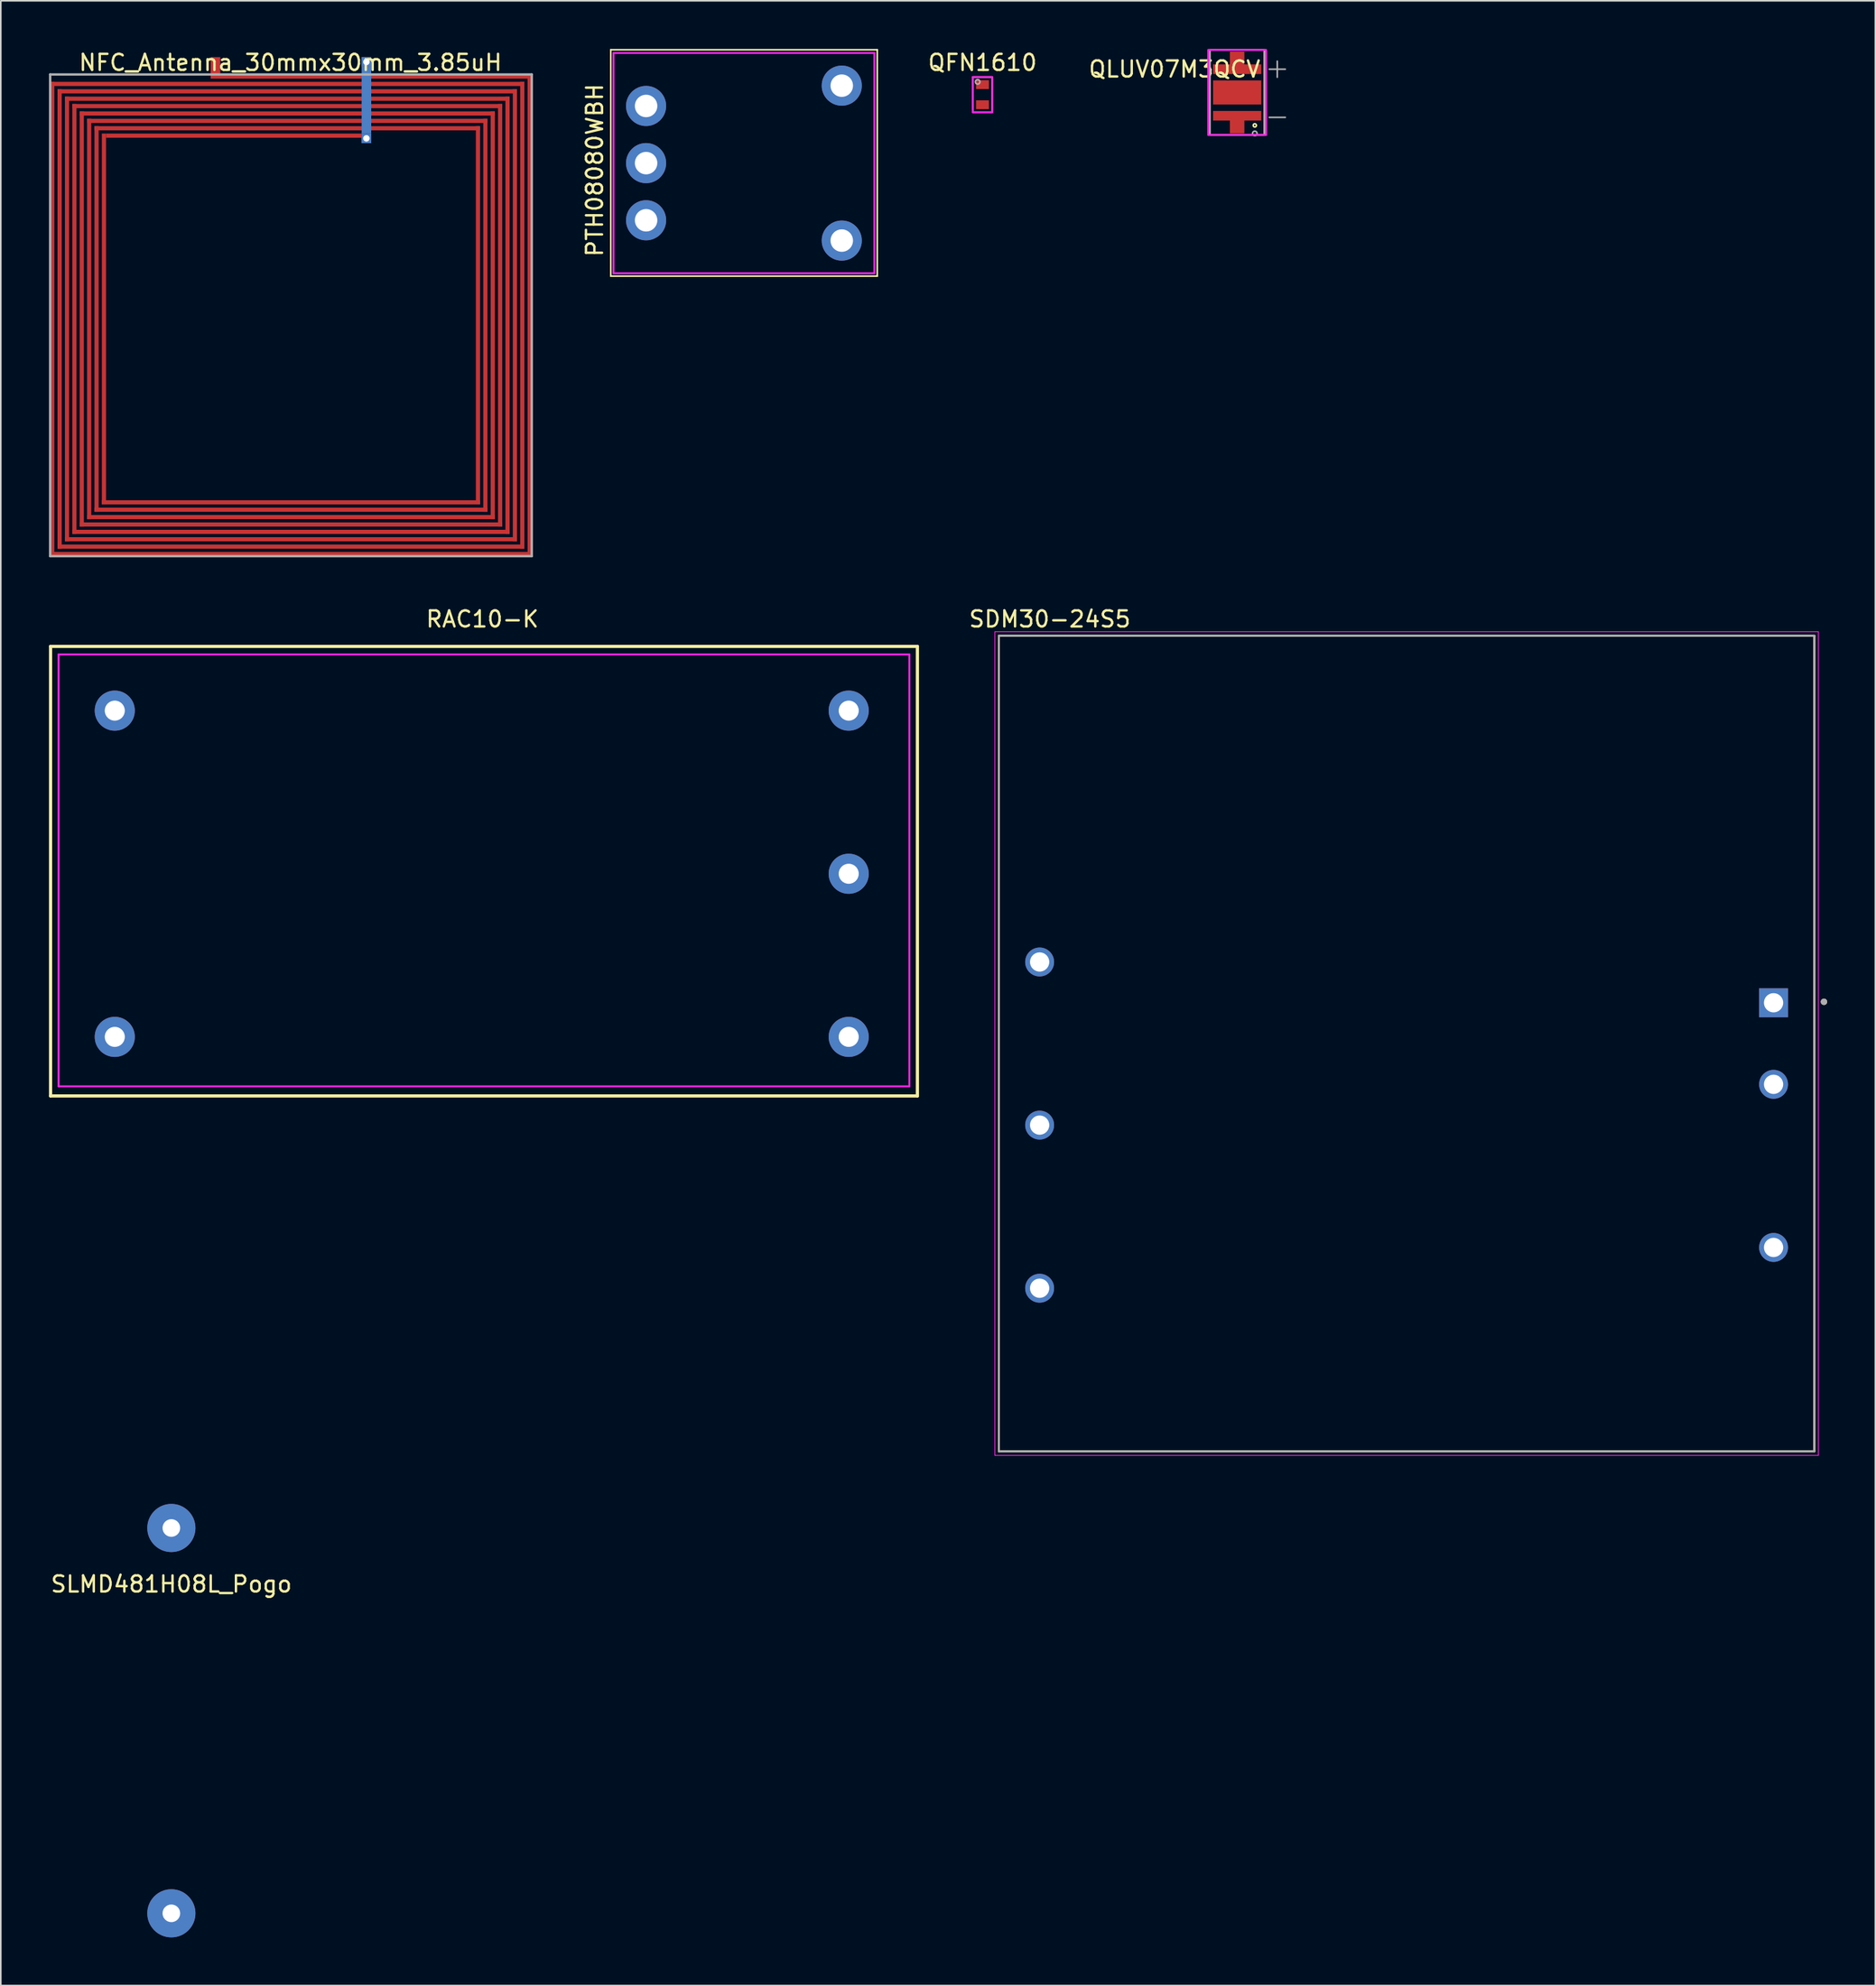
<source format=kicad_pcb>
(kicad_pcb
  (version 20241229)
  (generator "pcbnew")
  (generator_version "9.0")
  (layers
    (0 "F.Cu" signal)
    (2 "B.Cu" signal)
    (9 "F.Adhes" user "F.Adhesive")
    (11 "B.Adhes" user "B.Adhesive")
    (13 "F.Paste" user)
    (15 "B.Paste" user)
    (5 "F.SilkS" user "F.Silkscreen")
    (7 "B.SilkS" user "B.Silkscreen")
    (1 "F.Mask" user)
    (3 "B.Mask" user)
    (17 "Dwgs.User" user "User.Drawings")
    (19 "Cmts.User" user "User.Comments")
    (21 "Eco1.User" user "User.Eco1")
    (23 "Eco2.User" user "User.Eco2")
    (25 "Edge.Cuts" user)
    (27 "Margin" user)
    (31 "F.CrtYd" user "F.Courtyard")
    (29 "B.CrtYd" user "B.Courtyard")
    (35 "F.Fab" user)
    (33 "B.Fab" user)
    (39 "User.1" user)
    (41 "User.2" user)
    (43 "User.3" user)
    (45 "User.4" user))
  (footprint "RAC10-K"
    (layer "F.Cu")
    (at 4.1 41.212)
    (property "Reference" "RAC10-K" (at 22.9 -5.7 0) (layer "F.SilkS") (effects (font (size 1 1) (thickness 0.15))))
    (attr through_hole)
    (fp_line (start -4 -4) (end 50 -4) (stroke (width 0.2) (type solid)) (layer "F.SilkS"))
    (fp_line (start -4 24) (end -4 -4) (stroke (width 0.2) (type solid)) (layer "F.SilkS"))
    (fp_line (start 50 -4) (end 50 24) (stroke (width 0.2) (type solid)) (layer "F.SilkS"))
    (fp_line (start 50 24) (end -4 24) (stroke (width 0.2) (type solid)) (layer "F.SilkS"))
    (fp_line (start -3.5 -3.5) (end 49.5 -3.5) (stroke (width 0.12) (type solid)) (layer "F.CrtYd"))
    (fp_line (start -3.5 23.4) (end -3.5 -3.5) (stroke (width 0.12) (type solid)) (layer "F.CrtYd"))
    (fp_line (start 49.5 -3.5) (end 49.5 23.4) (stroke (width 0.12) (type solid)) (layer "F.CrtYd"))
    (fp_line (start 49.5 23.4) (end -3.5 23.4) (stroke (width 0.12) (type solid)) (layer "F.CrtYd"))
    (pad "1" thru_hole circle (at 0 0) (size 2.5 2.5) (drill 1.25) (layers "*.Cu" "*.Mask"))
    (pad "2" thru_hole circle (at 0 20.32) (size 2.5 2.5) (drill 1.25) (layers "*.Cu" "*.Mask"))
    (pad "3" thru_hole circle (at 45.72 20.32) (size 2.5 2.5) (drill 1.25) (layers "*.Cu" "*.Mask"))
    (pad "4" thru_hole circle (at 45.72 10.16) (size 2.5 2.5) (drill 1.25) (layers "*.Cu" "*.Mask"))
    (pad "5" thru_hole circle (at 45.72 0) (size 2.5 2.5) (drill 1.25) (layers "*.Cu" "*.Mask")))
  (footprint "QLUV07M3QCV"
    (layer "F.Cu")
    (at 74.018 1.26)
    (property "Reference" "QLUV07M3QCV" (at -3.9 0 0) (unlocked yes) (layer "F.SilkS") (effects (font (size 1 1) (thickness 0.15))))
    (attr smd)
    (fp_rect (start -1.7 -1.2) (end 1.7 4.1) (stroke (width 0.1) (type solid)) (fill no) (layer "F.SilkS"))
    (fp_circle (center 1.1 3.5) (end 1.1 3.6) (stroke (width 0.1) (type solid)) (fill no) (layer "F.SilkS"))
    (fp_rect (start -1.8 -1.2) (end 1.8 4.1) (stroke (width 0.12) (type solid)) (fill no) (layer "F.CrtYd"))
    (fp_line (start 2 0) (end 3 0) (stroke (width 0.1) (type solid)) (layer "F.Fab"))
    (fp_line (start 2 3) (end 3 3) (stroke (width 0.1) (type solid)) (layer "F.Fab"))
    (fp_line (start 2.5 -0.5) (end 2.5 0.5) (stroke (width 0.1) (type solid)) (layer "F.Fab"))
    (fp_rect (start -1.7 -1.2) (end 1.7 4.1) (stroke (width 0.1) (type solid)) (fill no) (layer "F.Fab"))
    (fp_circle (center 1.1 4) (end 1.2 4.1) (stroke (width 0.1) (type solid)) (fill no) (layer "F.Fab"))
    (pad "1" smd custom (at 0 2.9 180) (size 0.6 0.6) (layers "F.Cu" "F.Mask" "F.Paste") (options (anchor rect)) (primitives (gr_rect (start -0.45 -1.1) (end 0.45 0) (width 0) (fill yes)) (gr_rect (start -1.5 -0.3) (end 1.5 0.3) (width 0) (fill yes))))
    (pad "2" smd custom (at 0 0) (size 0.6 0.6) (layers "F.Cu" "F.Mask" "F.Paste") (options (anchor rect)) (primitives (gr_rect (start -0.45 -1.1) (end 0.45 0) (width 0) (fill yes)) (gr_rect (start -1.5 -0.3) (end 1.5 0.3) (width 0) (fill yes))))
    (pad "3" smd rect (at 0 1.45 180) (size 3 1.5) (layers "F.Cu" "F.Mask" "F.Paste")))
  (footprint "QFN1610"
    (layer "F.Cu")
    (at 58.154 2.848)
    (property "Reference" "QFN1610" (at 0 -2 0) (unlocked yes) (layer "F.SilkS") (effects (font (size 1 1) (thickness 0.15))))
    (attr smd)
    (fp_line (start -0.6 -1.1) (end 0.6 -1.1) (stroke (width 0.1) (type solid)) (layer "F.SilkS"))
    (fp_line (start -0.6 0.9) (end -0.6 -1.1) (stroke (width 0.1) (type solid)) (layer "F.SilkS"))
    (fp_line (start 0.6 -1.1) (end 0.6 0.9) (stroke (width 0.1) (type solid)) (layer "F.SilkS"))
    (fp_rect (start -0.6 -1.1) (end 0.6 1.1) (stroke (width 0.12) (type solid)) (fill no) (layer "F.CrtYd"))
    (fp_rect (start -0.6 -1.1) (end 0.6 1.1) (stroke (width 0.1) (type solid)) (fill no) (layer "F.Fab"))
    (fp_circle (center -0.3 -0.8) (end -0.2 -0.7) (stroke (width 0.1) (type solid)) (fill no) (layer "F.Fab"))
    (pad "1" smd rect (at 0 -0.625) (size 0.8 0.55) (layers "F.Cu" "F.Mask" "F.Paste"))
    (pad "2" smd rect (at 0 0.625) (size 0.8 0.55) (layers "F.Cu" "F.Mask" "F.Paste")))
  (footprint "SDM30-24S5"
    (layer "F.Cu")
    (at 84.574 61.947)
    (property "Reference" "SDM30-24S5" (at -22.225 -26.435 0) (layer "F.SilkS") (effects (font (size 1 1) (thickness 0.15))))
    (attr through_hole)
    (fp_line (start -25.4 -25.4) (end 25.4 -25.4) (stroke (width 0.127) (type solid)) (layer "F.SilkS"))
    (fp_line (start -25.4 25.4) (end -25.4 -25.4) (stroke (width 0.127) (type solid)) (layer "F.SilkS"))
    (fp_line (start 25.4 -25.4) (end 25.4 25.4) (stroke (width 0.127) (type solid)) (layer "F.SilkS"))
    (fp_line (start 25.4 25.4) (end -25.4 25.4) (stroke (width 0.127) (type solid)) (layer "F.SilkS"))
    (fp_circle (center 26 -2.6) (end 26.1 -2.6) (stroke (width 0.2) (type solid)) (fill no) (layer "F.SilkS"))
    (fp_line (start -25.65 -25.65) (end 25.65 -25.65) (stroke (width 0.05) (type solid)) (layer "F.CrtYd"))
    (fp_line (start -25.65 25.65) (end -25.65 -25.65) (stroke (width 0.05) (type solid)) (layer "F.CrtYd"))
    (fp_line (start 25.65 -25.65) (end 25.65 25.65) (stroke (width 0.05) (type solid)) (layer "F.CrtYd"))
    (fp_line (start 25.65 25.65) (end -25.65 25.65) (stroke (width 0.05) (type solid)) (layer "F.CrtYd"))
    (fp_line (start -25.4 -25.4) (end 25.4 -25.4) (stroke (width 0.127) (type solid)) (layer "F.Fab"))
    (fp_line (start -25.4 25.4) (end -25.4 -25.4) (stroke (width 0.127) (type solid)) (layer "F.Fab"))
    (fp_line (start 25.4 -25.4) (end 25.4 25.4) (stroke (width 0.127) (type solid)) (layer "F.Fab"))
    (fp_line (start 25.4 25.4) (end -25.4 25.4) (stroke (width 0.127) (type solid)) (layer "F.Fab"))
    (fp_circle (center 26 -2.6) (end 26.1 -2.6) (stroke (width 0.2) (type solid)) (fill no) (layer "F.Fab"))
    (pad "1" thru_hole rect (at 22.86 -2.54) (size 1.8 1.8) (drill 1.2) (layers "*.Cu" "*.Mask"))
    (pad "2" thru_hole circle (at 22.86 2.54) (size 1.8 1.8) (drill 1.2) (layers "*.Cu" "*.Mask"))
    (pad "4" thru_hole circle (at 22.86 12.7) (size 1.8 1.8) (drill 1.2) (layers "*.Cu" "*.Mask"))
    (pad "6" thru_hole circle (at -22.86 -5.08) (size 1.8 1.8) (drill 1.2) (layers "*.Cu" "*.Mask"))
    (pad "7" thru_hole circle (at -22.86 5.08) (size 1.8 1.8) (drill 1.2) (layers "*.Cu" "*.Mask"))
    (pad "8" thru_hole circle (at -22.86 15.24) (size 1.8 1.8) (drill 1.2) (layers "*.Cu" "*.Mask")))
  (footprint "NFC_Antenna_30mmx30mm_3.85uH"
    (layer "F.Cu")
    (at 15.075 16.588)
    (property "Reference" "NFC_Antenna_30mmx30mm_3.85uH" (at -0.03 -15.74 0) (layer "F.SilkS") (effects (font (size 1 1) (thickness 0.15))))
    (attr through_hole)
    (fp_line (start -15 -15) (end 15 -15) (stroke (width 0.15) (type solid)) (layer "F.Fab"))
    (fp_line (start -15 15) (end -15 -15) (stroke (width 0.15) (type solid)) (layer "F.Fab"))
    (fp_line (start 15 -15) (end 15 15) (stroke (width 0.15) (type solid)) (layer "F.Fab"))
    (fp_line (start 15 15) (end -15 15) (stroke (width 0.15) (type solid)) (layer "F.Fab"))
    (pad "" smd rect (at -14.87 0.23 90) (size 29.54 0.26) (layers "F.Cu"))
    (pad "" smd rect (at -14.41 0.23 90) (size 28.62 0.26) (layers "F.Cu"))
    (pad "" smd rect (at -13.95 0.23 90) (size 27.7 0.26) (layers "F.Cu"))
    (pad "" smd rect (at -13.49 0.23 90) (size 26.78 0.26) (layers "F.Cu"))
    (pad "" smd rect (at -13.03 0.23 90) (size 25.86 0.26) (layers "F.Cu"))
    (pad "" smd rect (at -12.57 0.23 90) (size 24.94 0.26) (layers "F.Cu"))
    (pad "" smd rect (at -12.11 0.23 90) (size 24.02 0.26) (layers "F.Cu"))
    (pad "" smd rect (at -11.65 0.23 90) (size 23.1 0.26) (layers "F.Cu"))
    (pad "" smd rect (at -3.56 -11.19) (size 15.92 0.26) (layers "F.Cu"))
    (pad "" smd rect (at -0.23 -14.41 180) (size 29.54 0.26) (layers "F.Cu"))
    (pad "" smd rect (at -0.23 -13.95 180) (size 28.62 0.26) (layers "F.Cu"))
    (pad "" smd rect (at -0.23 -13.49 180) (size 27.7 0.26) (layers "F.Cu"))
    (pad "" smd rect (at -0.23 -13.03 180) (size 26.78 0.26) (layers "F.Cu"))
    (pad "" smd rect (at -0.23 -12.57 180) (size 25.86 0.26) (layers "F.Cu"))
    (pad "" smd rect (at -0.23 -12.11 180) (size 24.94 0.26) (layers "F.Cu"))
    (pad "" smd rect (at -0.23 -11.65 180) (size 24.02 0.26) (layers "F.Cu"))
    (pad "" smd rect (at 0 11.65) (size 23.56 0.26) (layers "F.Cu"))
    (pad "" smd rect (at 0 12.11) (size 24.48 0.26) (layers "F.Cu"))
    (pad "" smd rect (at 0 12.57) (size 25.4 0.26) (layers "F.Cu"))
    (pad "" smd rect (at 0 13.03) (size 26.32 0.26) (layers "F.Cu"))
    (pad "" smd rect (at 0 13.49) (size 27.24 0.26) (layers "F.Cu"))
    (pad "" smd rect (at 0 13.95) (size 28.16 0.26) (layers "F.Cu"))
    (pad "" smd rect (at 0 14.41) (size 29.08 0.26) (layers "F.Cu"))
    (pad "" smd rect (at 0 14.87) (size 30 0.26) (layers "F.Cu"))
    (pad "" smd rect (at 4.7 -13.4 90) (size 4.16 0.6) (layers "B.Cu"))
    (pad "" thru_hole rect (at 4.7 -11.02 90) (size 0.6 0.6) (drill 0.4) (layers "*.Cu"))
    (pad "" smd rect (at 5 -14.87) (size 20 0.26) (layers "F.Cu"))
    (pad "" smd rect (at 11.65 0 270) (size 23.56 0.26) (layers "F.Cu"))
    (pad "" smd rect (at 12.11 0 270) (size 24.48 0.26) (layers "F.Cu"))
    (pad "" smd rect (at 12.57 0 270) (size 25.4 0.26) (layers "F.Cu"))
    (pad "" smd rect (at 13.03 0 270) (size 26.32 0.26) (layers "F.Cu"))
    (pad "" smd rect (at 13.49 0 270) (size 27.24 0.26) (layers "F.Cu"))
    (pad "" smd rect (at 13.95 0 270) (size 28.16 0.26) (layers "F.Cu"))
    (pad "" smd rect (at 14.41 0 270) (size 29.08 0.26) (layers "F.Cu"))
    (pad "" smd rect (at 14.87 0 90) (size 30 0.26) (layers "F.Cu"))
    (pad "1" smd rect (at -4.7 -15.54 90) (size 1.08 0.6) (layers "F.Cu"))
    (pad "2" thru_hole rect (at 4.7 -15.78 90) (size 0.6 0.6) (drill 0.4) (layers "*.Cu")))
  (footprint "SLMD481H08L_Pogo"
    (layer "F.Cu")
    (at 7.625 92.121)
    (property "Reference" "SLMD481H08L_Pogo" (at 0 3.5 0) (layer "F.SilkS") (effects (font (size 1 1) (thickness 0.15))))
    (attr through_hole)
    (pad "1" thru_hole circle (at 0 0) (size 3 3) (drill 1.1) (layers "*.Cu" "*.Mask" "F.Paste"))
    (pad "2" thru_hole circle (at 0 24) (size 3 3) (drill 1.1) (layers "*.Cu" "*.Mask" "F.Paste")))
  (footprint "PTH08080WBH"
    (layer "F.Cu")
    (at 37.198 3.55)
    (property "Reference" "PTH08080WBH" (at -3.2 4 90) (layer "F.SilkS") (effects (font (size 1 1) (thickness 0.15))))
    (attr through_hole)
    (fp_line (start -2.2 -3.5) (end 14.4 -3.5) (stroke (width 0.1) (type solid)) (layer "F.SilkS"))
    (fp_line (start -2.2 10.6) (end -2.2 -3.5) (stroke (width 0.1) (type solid)) (layer "F.SilkS"))
    (fp_line (start 14.4 -3.5) (end 14.4 10.6) (stroke (width 0.1) (type solid)) (layer "F.SilkS"))
    (fp_line (start 14.4 10.6) (end -2.2 10.6) (stroke (width 0.1) (type solid)) (layer "F.SilkS"))
    (fp_line (start -2.03 -3.3) (end 14.22 -3.3) (stroke (width 0.12) (type solid)) (layer "F.CrtYd"))
    (fp_line (start -2.03 10.42) (end -2.03 -3.3) (stroke (width 0.12) (type solid)) (layer "F.CrtYd"))
    (fp_line (start 14.22 -3.3) (end 14.22 10.42) (stroke (width 0.12) (type solid)) (layer "F.CrtYd"))
    (fp_line (start 14.22 10.42) (end -2.03 10.42) (stroke (width 0.12) (type solid)) (layer "F.CrtYd"))
    (pad "1" thru_hole circle (at 0 0) (size 2.5 2.5) (drill 1.4) (layers "*.Cu" "*.Mask"))
    (pad "2" thru_hole circle (at 0 3.56) (size 2.5 2.5) (drill 1.4) (layers "*.Cu" "*.Mask"))
    (pad "3" thru_hole circle (at 0 7.12) (size 2.5 2.5) (drill 1.4) (layers "*.Cu" "*.Mask"))
    (pad "4" thru_hole circle (at 12.19 8.385) (size 2.5 2.5) (drill 1.4) (layers "*.Cu" "*.Mask"))
    (pad "5" thru_hole circle (at 12.19 -1.265) (size 2.5 2.5) (drill 1.4) (layers "*.Cu" "*.Mask")))
  (gr_rect
    (start -3 -3)
    (end 113.774 120.621)
    (stroke (width 0.1) (type default))
    (fill no)
    (layer "Edge.Cuts")))
</source>
